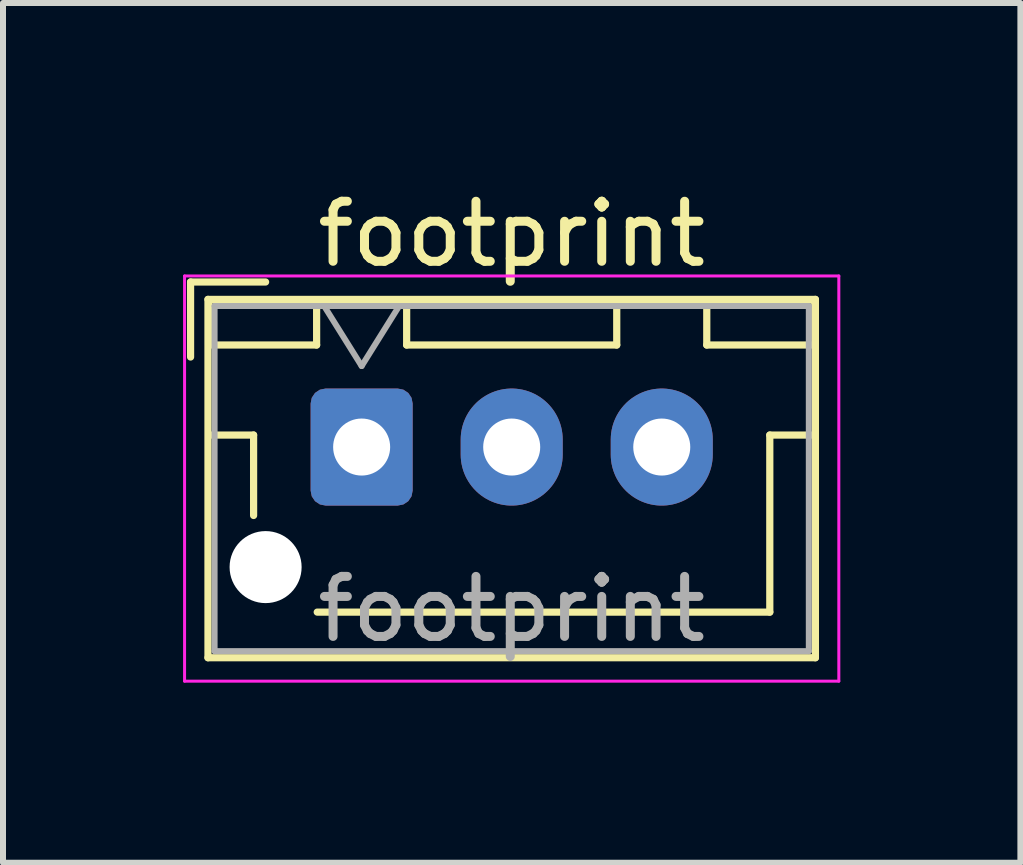
<source format=kicad_pcb>
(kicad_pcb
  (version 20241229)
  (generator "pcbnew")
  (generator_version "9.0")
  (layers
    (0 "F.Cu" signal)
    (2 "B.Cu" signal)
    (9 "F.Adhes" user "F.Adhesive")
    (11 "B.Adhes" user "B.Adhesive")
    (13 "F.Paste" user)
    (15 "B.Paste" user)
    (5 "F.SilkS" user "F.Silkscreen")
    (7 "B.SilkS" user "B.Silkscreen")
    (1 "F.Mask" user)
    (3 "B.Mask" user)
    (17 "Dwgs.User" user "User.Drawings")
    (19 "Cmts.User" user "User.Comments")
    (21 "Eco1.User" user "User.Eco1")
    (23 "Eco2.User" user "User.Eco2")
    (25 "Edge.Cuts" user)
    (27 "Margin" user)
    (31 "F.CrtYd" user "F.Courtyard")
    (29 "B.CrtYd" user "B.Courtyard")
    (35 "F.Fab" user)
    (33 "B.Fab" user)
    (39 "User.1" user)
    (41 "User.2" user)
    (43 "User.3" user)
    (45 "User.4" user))
  (footprint "footprint"
    (layer "F.Cu")
    (at 2.975 4.398)
    (property "Reference" "footprint" (at 2.5 -3.55 0) (layer "F.SilkS") (effects (font (size 1 1) (thickness 0.15))))
    (attr through_hole)
    (fp_line (start -2.85 -2.75) (end -2.85 -1.5) (stroke (width 0.12) (type solid)) (layer "F.SilkS"))
    (fp_line (start -2.56 -2.46) (end -2.56 3.51) (stroke (width 0.12) (type solid)) (layer "F.SilkS"))
    (fp_line (start -2.56 3.51) (end 7.56 3.51) (stroke (width 0.12) (type solid)) (layer "F.SilkS"))
    (fp_line (start -2.55 -2.45) (end -2.55 -1.7) (stroke (width 0.12) (type solid)) (layer "F.SilkS"))
    (fp_line (start -2.55 -1.7) (end -0.75 -1.7) (stroke (width 0.12) (type solid)) (layer "F.SilkS"))
    (fp_line (start -2.55 -0.2) (end -1.8 -0.2) (stroke (width 0.12) (type solid)) (layer "F.SilkS"))
    (fp_line (start -1.8 -0.2) (end -1.8 1.14) (stroke (width 0.12) (type solid)) (layer "F.SilkS"))
    (fp_line (start -1.6 -2.75) (end -2.85 -2.75) (stroke (width 0.12) (type solid)) (layer "F.SilkS"))
    (fp_line (start -0.75 -2.45) (end -2.55 -2.45) (stroke (width 0.12) (type solid)) (layer "F.SilkS"))
    (fp_line (start -0.75 -1.7) (end -0.75 -2.45) (stroke (width 0.12) (type solid)) (layer "F.SilkS"))
    (fp_line (start 0.75 -2.45) (end 0.75 -1.7) (stroke (width 0.12) (type solid)) (layer "F.SilkS"))
    (fp_line (start 0.75 -1.7) (end 4.25 -1.7) (stroke (width 0.12) (type solid)) (layer "F.SilkS"))
    (fp_line (start 2.5 2.75) (end -0.74 2.75) (stroke (width 0.12) (type solid)) (layer "F.SilkS"))
    (fp_line (start 4.25 -2.45) (end 0.75 -2.45) (stroke (width 0.12) (type solid)) (layer "F.SilkS"))
    (fp_line (start 4.25 -1.7) (end 4.25 -2.45) (stroke (width 0.12) (type solid)) (layer "F.SilkS"))
    (fp_line (start 5.75 -2.45) (end 5.75 -1.7) (stroke (width 0.12) (type solid)) (layer "F.SilkS"))
    (fp_line (start 5.75 -1.7) (end 7.55 -1.7) (stroke (width 0.12) (type solid)) (layer "F.SilkS"))
    (fp_line (start 6.8 -0.2) (end 6.8 2.75) (stroke (width 0.12) (type solid)) (layer "F.SilkS"))
    (fp_line (start 6.8 2.75) (end 2.5 2.75) (stroke (width 0.12) (type solid)) (layer "F.SilkS"))
    (fp_line (start 7.55 -2.45) (end 5.75 -2.45) (stroke (width 0.12) (type solid)) (layer "F.SilkS"))
    (fp_line (start 7.55 -1.7) (end 7.55 -2.45) (stroke (width 0.12) (type solid)) (layer "F.SilkS"))
    (fp_line (start 7.55 -0.2) (end 6.8 -0.2) (stroke (width 0.12) (type solid)) (layer "F.SilkS"))
    (fp_line (start 7.56 -2.46) (end -2.56 -2.46) (stroke (width 0.12) (type solid)) (layer "F.SilkS"))
    (fp_line (start 7.56 3.51) (end 7.56 -2.46) (stroke (width 0.12) (type solid)) (layer "F.SilkS"))
    (fp_line (start -2.95 -2.85) (end -2.95 3.9) (stroke (width 0.05) (type solid)) (layer "F.CrtYd"))
    (fp_line (start -2.95 3.9) (end 7.95 3.9) (stroke (width 0.05) (type solid)) (layer "F.CrtYd"))
    (fp_line (start 7.95 -2.85) (end -2.95 -2.85) (stroke (width 0.05) (type solid)) (layer "F.CrtYd"))
    (fp_line (start 7.95 3.9) (end 7.95 -2.85) (stroke (width 0.05) (type solid)) (layer "F.CrtYd"))
    (fp_line (start -2.45 -2.35) (end -2.45 3.4) (stroke (width 0.1) (type solid)) (layer "F.Fab"))
    (fp_line (start -2.45 3.4) (end 7.45 3.4) (stroke (width 0.1) (type solid)) (layer "F.Fab"))
    (fp_line (start -0.625 -2.35) (end 0 -1.35) (stroke (width 0.1) (type solid)) (layer "F.Fab"))
    (fp_line (start 0 -1.35) (end 0.625 -2.35) (stroke (width 0.1) (type solid)) (layer "F.Fab"))
    (fp_line (start 7.45 -2.35) (end -2.45 -2.35) (stroke (width 0.1) (type solid)) (layer "F.Fab"))
    (fp_line (start 7.45 3.4) (end 7.45 -2.35) (stroke (width 0.1) (type solid)) (layer "F.Fab"))
    (fp_text user "${REFERENCE}" (at 2.5 2.7 0) (layer "F.Fab") (effects (font (size 1 1) (thickness 0.15))))
    (pad "" np_thru_hole circle (at -1.6 2) (size 1.2 1.2) (drill 1.2) (layers "*.Cu" "*.Mask"))
    (pad "1" thru_hole roundrect (at 0 0) (size 1.7 1.95) (drill 0.95) (layers "*.Cu" "*.Mask") (roundrect_rratio 0.147))
    (pad "2" thru_hole oval (at 2.5 0) (size 1.7 1.95) (drill 0.95) (layers "*.Cu" "*.Mask"))
    (pad "3" thru_hole oval (at 5 0) (size 1.7 1.95) (drill 0.95) (layers "*.Cu" "*.Mask")))
  (gr_rect
    (start -3 -3)
    (end 13.95 11.323)
    (stroke (width 0.1) (type default))
    (fill no)
    (layer "Edge.Cuts")))
</source>
